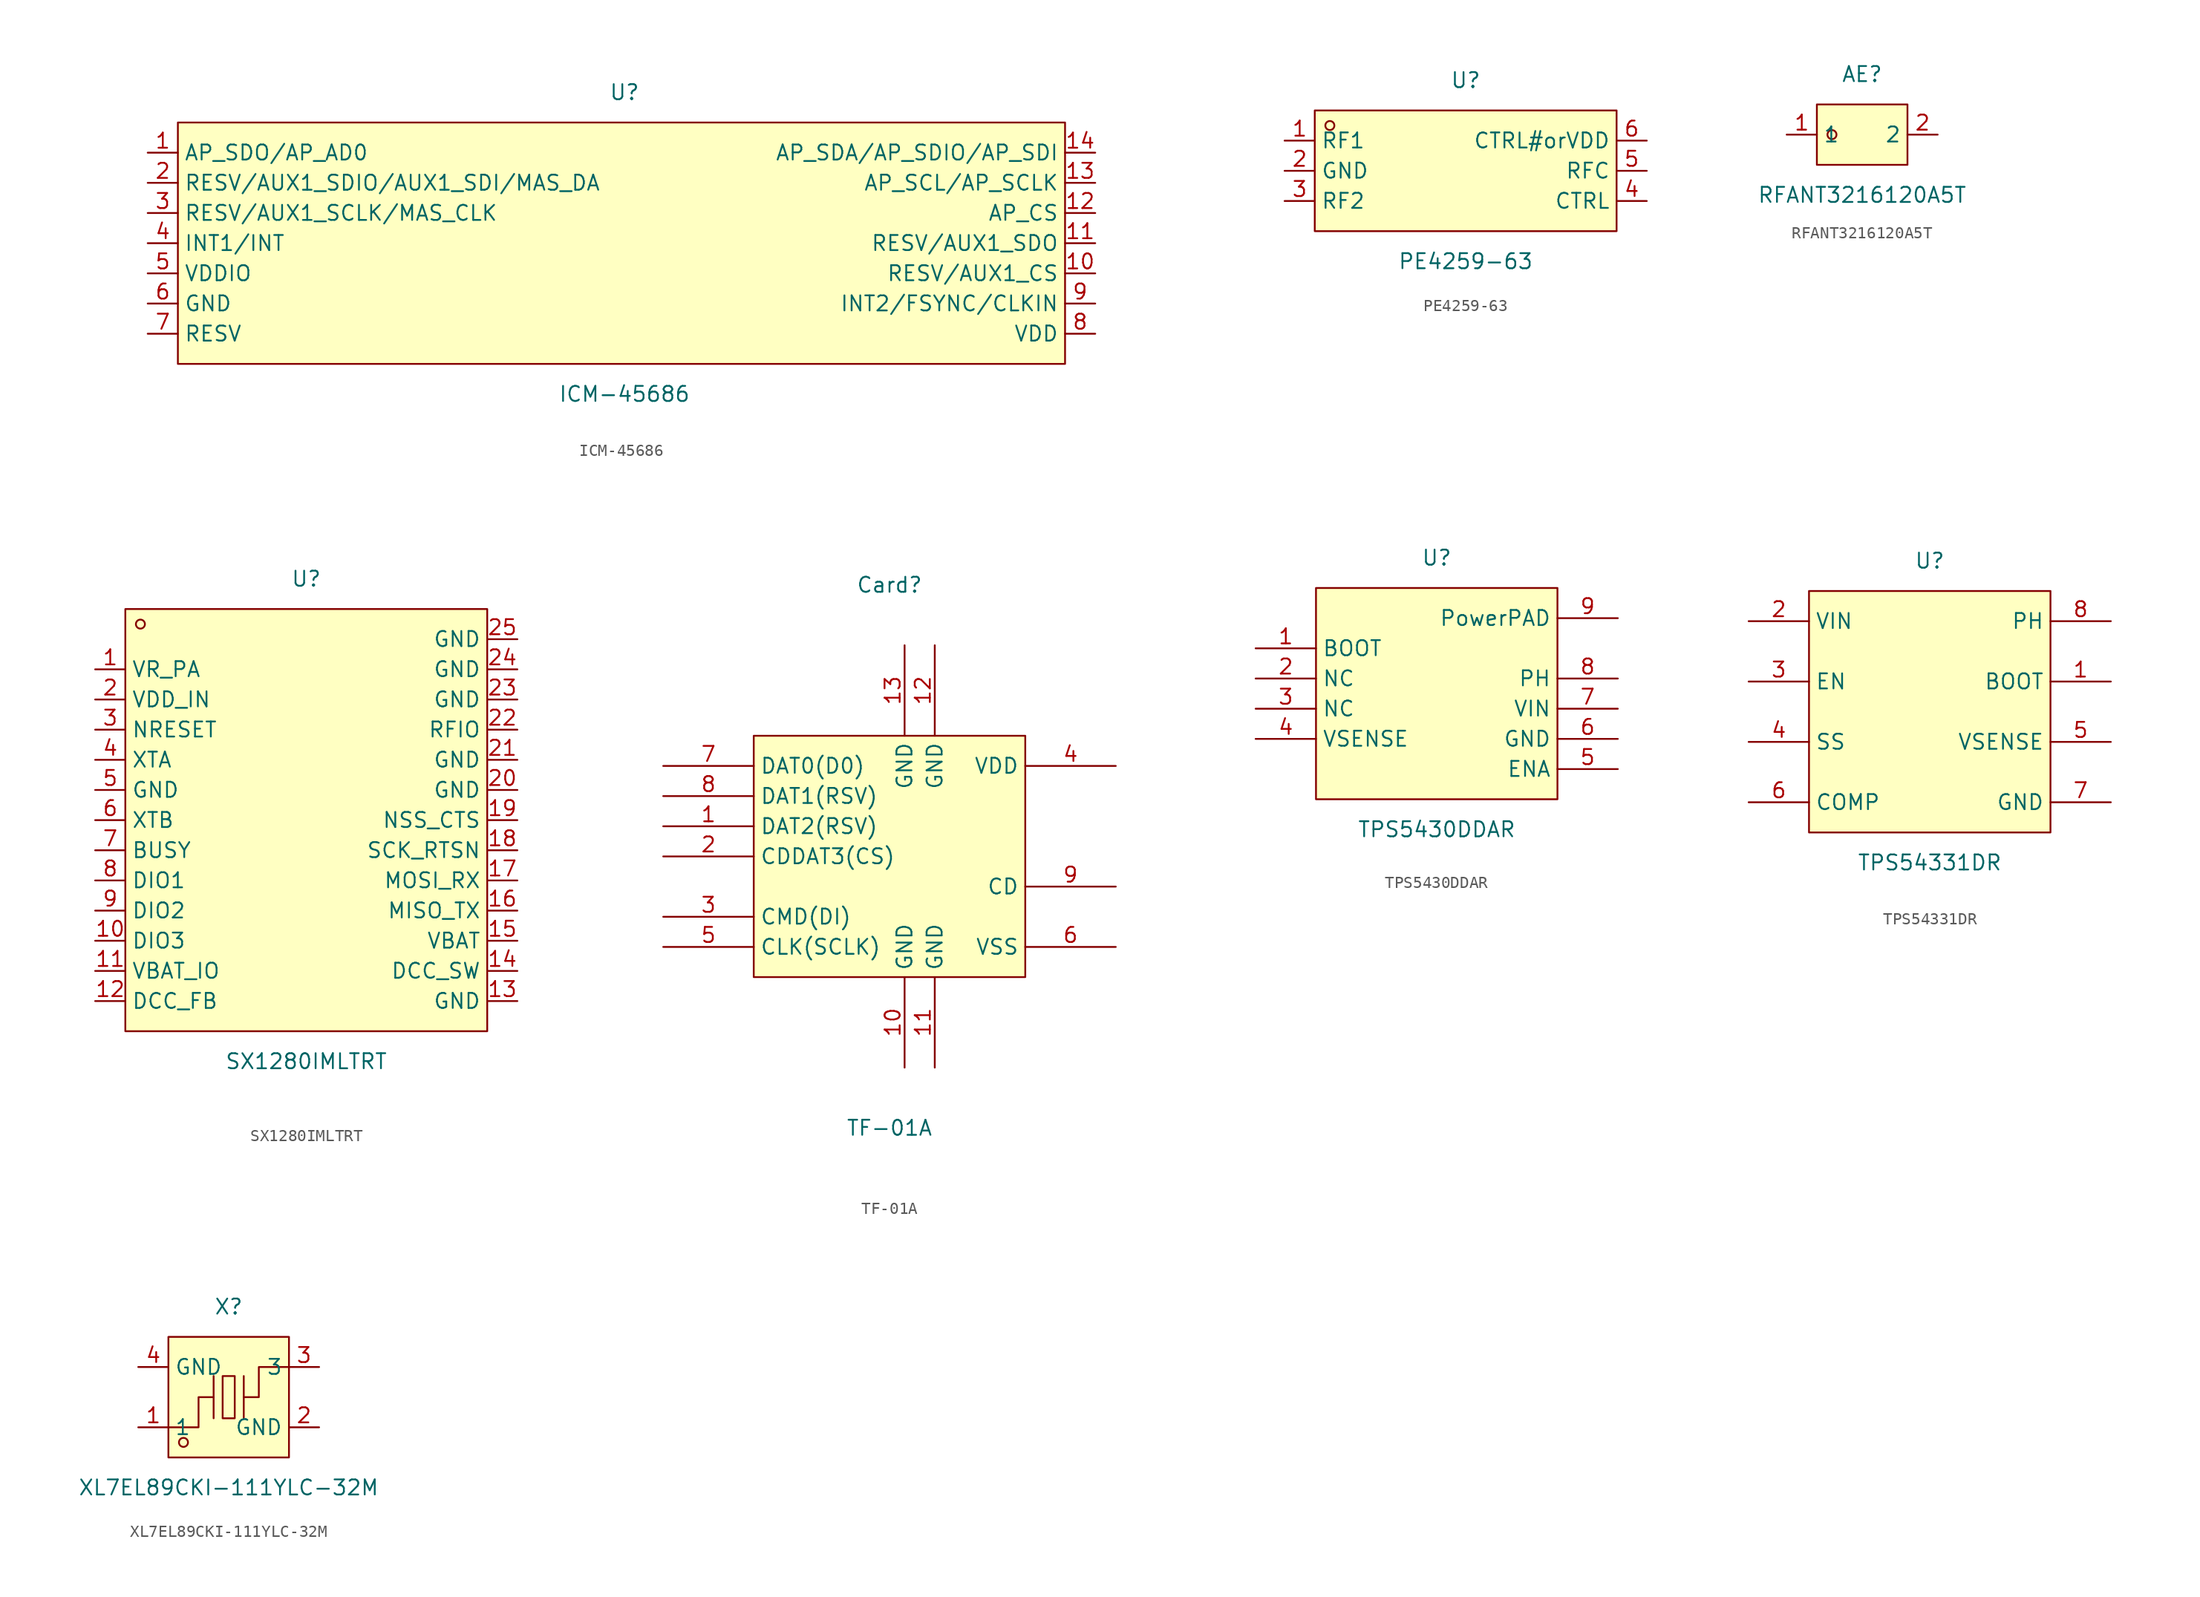
<source format=kicad_sym>
(kicad_symbol_lib
  (version 20241209)
  (generator "kicad_symbol_editor")
  (generator_version "9.0")
  (symbol "ICM-45686"
    (property "Reference" "U"
      (at 0 12.7 0)
      (effects (font (size 1.27 1.27))))
    (property "Value" "ICM-45686"
      (at 0 -12.7 0)
      (effects (font (size 1.27 1.27))))
    (symbol "ICM-45686_0_1"
      (rectangle (start -37.592 10.16) (end 37.084 -10.16) (stroke (width 0) (type default)) (fill (type background)))
      (pin unspecified line (at -40.132 7.62 0) (length 2.54) (name "AP_SDO/AP_AD0" (effects (font (size 1.27 1.27)))) (number "1" (effects (font (size 1.27 1.27)))))
      (pin unspecified line (at -40.132 5.08 0) (length 2.54) (name "RESV/AUX1_SDIO/AUX1_SDI/MAS_DA" (effects (font (size 1.27 1.27)))) (number "2" (effects (font (size 1.27 1.27)))))
      (pin unspecified line (at -40.132 2.54 0) (length 2.54) (name "RESV/AUX1_SCLK/MAS_CLK" (effects (font (size 1.27 1.27)))) (number "3" (effects (font (size 1.27 1.27)))))
      (pin unspecified line (at -40.132 0 0) (length 2.54) (name "INT1/INT" (effects (font (size 1.27 1.27)))) (number "4" (effects (font (size 1.27 1.27)))))
      (pin unspecified line (at -40.132 -2.54 0) (length 2.54) (name "VDDIO" (effects (font (size 1.27 1.27)))) (number "5" (effects (font (size 1.27 1.27)))))
      (pin unspecified line (at -40.132 -5.08 0) (length 2.54) (name "GND" (effects (font (size 1.27 1.27)))) (number "6" (effects (font (size 1.27 1.27)))))
      (pin unspecified line (at -40.132 -7.62 0) (length 2.54) (name "RESV" (effects (font (size 1.27 1.27)))) (number "7" (effects (font (size 1.27 1.27)))))
      (pin unspecified line (at 39.624 7.62 180) (length 2.54) (name "AP_SDA/AP_SDIO/AP_SDI" (effects (font (size 1.27 1.27)))) (number "14" (effects (font (size 1.27 1.27)))))
      (pin unspecified line (at 39.624 5.08 180) (length 2.54) (name "AP_SCL/AP_SCLK" (effects (font (size 1.27 1.27)))) (number "13" (effects (font (size 1.27 1.27)))))
      (pin unspecified line (at 39.624 2.54 180) (length 2.54) (name "AP_CS" (effects (font (size 1.27 1.27)))) (number "12" (effects (font (size 1.27 1.27)))))
      (pin unspecified line (at 39.624 0 180) (length 2.54) (name "RESV/AUX1_SDO" (effects (font (size 1.27 1.27)))) (number "11" (effects (font (size 1.27 1.27)))))
      (pin unspecified line (at 39.624 -2.54 180) (length 2.54) (name "RESV/AUX1_CS" (effects (font (size 1.27 1.27)))) (number "10" (effects (font (size 1.27 1.27)))))
      (pin unspecified line (at 39.624 -5.08 180) (length 2.54) (name "INT2/FSYNC/CLKIN" (effects (font (size 1.27 1.27)))) (number "9" (effects (font (size 1.27 1.27)))))
      (pin unspecified line (at 39.624 -7.62 180) (length 2.54) (name "VDD" (effects (font (size 1.27 1.27)))) (number "8" (effects (font (size 1.27 1.27)))))))
  (symbol "PE4259-63"
    (property "Reference" "U"
      (at 0 7.62 0)
      (effects (font (size 1.27 1.27))))
    (property "Value" "PE4259-63"
      (at 0 -7.62 0)
      (effects (font (size 1.27 1.27))))
    (symbol "PE4259-63_0_1"
      (rectangle (start -12.7 5.08) (end 12.7 -5.08) (stroke (width 0) (type default)) (fill (type background)))
      (circle (center -11.43 3.81) (radius 0.38) (stroke (width 0) (type default)) (fill (type none)))
      (pin unspecified line (at -15.24 2.54 0) (length 2.54) (name "RF1" (effects (font (size 1.27 1.27)))) (number "1" (effects (font (size 1.27 1.27)))))
      (pin unspecified line (at -15.24 0 0) (length 2.54) (name "GND" (effects (font (size 1.27 1.27)))) (number "2" (effects (font (size 1.27 1.27)))))
      (pin unspecified line (at -15.24 -2.54 0) (length 2.54) (name "RF2" (effects (font (size 1.27 1.27)))) (number "3" (effects (font (size 1.27 1.27)))))
      (pin unspecified line (at 15.24 2.54 180) (length 2.54) (name "CTRL#orVDD" (effects (font (size 1.27 1.27)))) (number "6" (effects (font (size 1.27 1.27)))))
      (pin unspecified line (at 15.24 0 180) (length 2.54) (name "RFC" (effects (font (size 1.27 1.27)))) (number "5" (effects (font (size 1.27 1.27)))))
      (pin unspecified line (at 15.24 -2.54 180) (length 2.54) (name "CTRL" (effects (font (size 1.27 1.27)))) (number "4" (effects (font (size 1.27 1.27)))))))
  (symbol "RFANT3216120A5T"
    (property "Reference" "AE"
      (at 0 5.08 0)
      (effects (font (size 1.27 1.27))))
    (property "Value" "RFANT3216120A5T"
      (at 0 -5.08 0)
      (effects (font (size 1.27 1.27))))
    (symbol "RFANT3216120A5T_0_1"
      (rectangle (start -3.81 2.54) (end 3.81 -2.54) (stroke (width 0) (type default)) (fill (type background)))
      (circle (center -2.54 0) (radius 0.38) (stroke (width 0) (type default)) (fill (type none)))
      (pin unspecified line (at -6.35 0 0) (length 2.54) (name "1" (effects (font (size 1.27 1.27)))) (number "1" (effects (font (size 1.27 1.27)))))
      (pin unspecified line (at 6.35 0 180) (length 2.54) (name "2" (effects (font (size 1.27 1.27)))) (number "2" (effects (font (size 1.27 1.27)))))))
  (symbol "SX1280IMLTRT"
    (property "Reference" "U"
      (at 0 20.32 0)
      (effects (font (size 1.27 1.27))))
    (property "Value" "SX1280IMLTRT"
      (at 0 -20.32 0)
      (effects (font (size 1.27 1.27))))
    (symbol "SX1280IMLTRT_0_1"
      (rectangle (start -15.24 17.78) (end 15.24 -17.78) (stroke (width 0) (type default) (color 0 0 0 0)) (fill (type background)))
      (circle (center -13.97 16.51) (radius 0.38) (stroke (width 0) (type default) (color 0 0 0 0)) (fill (type none)))
      (pin unspecified line (at -17.78 12.70 0) (length 2.54) (name "VR_PA" (effects (font (size 1.27 1.27)))) (number "1" (effects (font (size 1.27 1.27)))))
      (pin unspecified line (at -17.78 10.16 0) (length 2.54) (name "VDD_IN" (effects (font (size 1.27 1.27)))) (number "2" (effects (font (size 1.27 1.27)))))
      (pin unspecified line (at -17.78 7.62 0) (length 2.54) (name "NRESET" (effects (font (size 1.27 1.27)))) (number "3" (effects (font (size 1.27 1.27)))))
      (pin unspecified line (at -17.78 5.08 0) (length 2.54) (name "XTA" (effects (font (size 1.27 1.27)))) (number "4" (effects (font (size 1.27 1.27)))))
      (pin unspecified line (at -17.78 2.54 0) (length 2.54) (name "GND" (effects (font (size 1.27 1.27)))) (number "5" (effects (font (size 1.27 1.27)))))
      (pin unspecified line (at -17.78 -0.00 0) (length 2.54) (name "XTB" (effects (font (size 1.27 1.27)))) (number "6" (effects (font (size 1.27 1.27)))))
      (pin unspecified line (at -17.78 -2.54 0) (length 2.54) (name "BUSY" (effects (font (size 1.27 1.27)))) (number "7" (effects (font (size 1.27 1.27)))))
      (pin unspecified line (at -17.78 -5.08 0) (length 2.54) (name "DIO1" (effects (font (size 1.27 1.27)))) (number "8" (effects (font (size 1.27 1.27)))))
      (pin unspecified line (at -17.78 -7.62 0) (length 2.54) (name "DIO2" (effects (font (size 1.27 1.27)))) (number "9" (effects (font (size 1.27 1.27)))))
      (pin unspecified line (at -17.78 -10.16 0) (length 2.54) (name "DIO3" (effects (font (size 1.27 1.27)))) (number "10" (effects (font (size 1.27 1.27)))))
      (pin unspecified line (at -17.78 -12.70 0) (length 2.54) (name "VBAT_IO" (effects (font (size 1.27 1.27)))) (number "11" (effects (font (size 1.27 1.27)))))
      (pin unspecified line (at -17.78 -15.24 0) (length 2.54) (name "DCC_FB" (effects (font (size 1.27 1.27)))) (number "12" (effects (font (size 1.27 1.27)))))
      (pin unspecified line (at 17.78 -15.24 180) (length 2.54) (name "GND" (effects (font (size 1.27 1.27)))) (number "13" (effects (font (size 1.27 1.27)))))
      (pin unspecified line (at 17.78 -12.70 180) (length 2.54) (name "DCC_SW" (effects (font (size 1.27 1.27)))) (number "14" (effects (font (size 1.27 1.27)))))
      (pin unspecified line (at 17.78 -10.16 180) (length 2.54) (name "VBAT" (effects (font (size 1.27 1.27)))) (number "15" (effects (font (size 1.27 1.27)))))
      (pin unspecified line (at 17.78 -7.62 180) (length 2.54) (name "MISO_TX" (effects (font (size 1.27 1.27)))) (number "16" (effects (font (size 1.27 1.27)))))
      (pin unspecified line (at 17.78 -5.08 180) (length 2.54) (name "MOSI_RX" (effects (font (size 1.27 1.27)))) (number "17" (effects (font (size 1.27 1.27)))))
      (pin unspecified line (at 17.78 -2.54 180) (length 2.54) (name "SCK_RTSN" (effects (font (size 1.27 1.27)))) (number "18" (effects (font (size 1.27 1.27)))))
      (pin unspecified line (at 17.78 -0.00 180) (length 2.54) (name "NSS_CTS" (effects (font (size 1.27 1.27)))) (number "19" (effects (font (size 1.27 1.27)))))
      (pin unspecified line (at 17.78 2.54 180) (length 2.54) (name "GND" (effects (font (size 1.27 1.27)))) (number "20" (effects (font (size 1.27 1.27)))))
      (pin unspecified line (at 17.78 5.08 180) (length 2.54) (name "GND" (effects (font (size 1.27 1.27)))) (number "21" (effects (font (size 1.27 1.27)))))
      (pin unspecified line (at 17.78 7.62 180) (length 2.54) (name "RFIO" (effects (font (size 1.27 1.27)))) (number "22" (effects (font (size 1.27 1.27)))))
      (pin unspecified line (at 17.78 10.16 180) (length 2.54) (name "GND" (effects (font (size 1.27 1.27)))) (number "23" (effects (font (size 1.27 1.27)))))
      (pin unspecified line (at 17.78 12.70 180) (length 2.54) (name "GND" (effects (font (size 1.27 1.27)))) (number "24" (effects (font (size 1.27 1.27)))))
      (pin unspecified line (at 17.78 15.24 180) (length 2.54) (name "GND" (effects (font (size 1.27 1.27)))) (number "25" (effects (font (size 1.27 1.27)))))))
  (symbol "TF-01A"
    (property "Reference" "Card"
      (at 0 22.86 0)
      (effects (font (size 1.27 1.27))))
    (property "Value" "TF-01A"
      (at 0 -22.86 0)
      (effects (font (size 1.27 1.27))))
    (symbol "TF-01A_0_1"
      (rectangle (start -11.43 10.16) (end 11.43 -10.16) (stroke (width 0) (type default)) (fill (type background)))
      (pin bidirectional line (at -19.05 7.62 0) (length 7.62) (name "DAT0(D0)" (effects (font (size 1.27 1.27)))) (number "7" (effects (font (size 1.27 1.27)))))
      (pin bidirectional line (at -19.05 5.08 0) (length 7.62) (name "DAT1(RSV)" (effects (font (size 1.27 1.27)))) (number "8" (effects (font (size 1.27 1.27)))))
      (pin bidirectional line (at -19.05 2.54 0) (length 7.62) (name "DAT2(RSV)" (effects (font (size 1.27 1.27)))) (number "1" (effects (font (size 1.27 1.27)))))
      (pin bidirectional line (at -19.05 0 0) (length 7.62) (name "CDDAT3(CS)" (effects (font (size 1.27 1.27)))) (number "2" (effects (font (size 1.27 1.27)))))
      (pin input line (at -19.05 -5.08 0) (length 7.62) (name "CMD(DI)" (effects (font (size 1.27 1.27)))) (number "3" (effects (font (size 1.27 1.27)))))
      (pin input line (at -19.05 -7.62 0) (length 7.62) (name "CLK(SCLK)" (effects (font (size 1.27 1.27)))) (number "5" (effects (font (size 1.27 1.27)))))
      (pin input line (at 1.27 17.78 270) (length 7.62) (name "GND" (effects (font (size 1.27 1.27)))) (number "13" (effects (font (size 1.27 1.27)))))
      (pin input line (at 1.27 -17.78 90) (length 7.62) (name "GND" (effects (font (size 1.27 1.27)))) (number "10" (effects (font (size 1.27 1.27)))))
      (pin input line (at 3.81 17.78 270) (length 7.62) (name "GND" (effects (font (size 1.27 1.27)))) (number "12" (effects (font (size 1.27 1.27)))))
      (pin input line (at 3.81 -17.78 90) (length 7.62) (name "GND" (effects (font (size 1.27 1.27)))) (number "11" (effects (font (size 1.27 1.27)))))
      (pin input line (at 19.05 7.62 180) (length 7.62) (name "VDD" (effects (font (size 1.27 1.27)))) (number "4" (effects (font (size 1.27 1.27)))))
      (pin input line (at 19.05 -2.54 180) (length 7.62) (name "CD" (effects (font (size 1.27 1.27)))) (number "9" (effects (font (size 1.27 1.27)))))
      (pin input line (at 19.05 -7.62 180) (length 7.62) (name "VSS" (effects (font (size 1.27 1.27)))) (number "6" (effects (font (size 1.27 1.27)))))))
  (symbol "TPS5430DDAR"
    (property "Reference" "U"
      (at 0 11.43 0)
      (effects (font (size 1.27 1.27))))
    (property "Value" "TPS5430DDAR"
      (at 0 -11.43 0)
      (effects (font (size 1.27 1.27))))
    (symbol "TPS5430DDAR_0_1"
      (rectangle (start -10.16 8.89) (end 10.16 -8.89) (stroke (width 0) (type default)) (fill (type background)))
      (pin unspecified line (at -15.24 3.81 0) (length 5.08) (name "BOOT" (effects (font (size 1.27 1.27)))) (number "1" (effects (font (size 1.27 1.27)))))
      (pin unspecified line (at -15.24 1.27 0) (length 5.08) (name "NC" (effects (font (size 1.27 1.27)))) (number "2" (effects (font (size 1.27 1.27)))))
      (pin unspecified line (at -15.24 -1.27 0) (length 5.08) (name "NC" (effects (font (size 1.27 1.27)))) (number "3" (effects (font (size 1.27 1.27)))))
      (pin unspecified line (at -15.24 -3.81 0) (length 5.08) (name "VSENSE" (effects (font (size 1.27 1.27)))) (number "4" (effects (font (size 1.27 1.27)))))
      (pin unspecified line (at 15.24 6.35 180) (length 5.08) (name "PowerPAD" (effects (font (size 1.27 1.27)))) (number "9" (effects (font (size 1.27 1.27)))))
      (pin unspecified line (at 15.24 1.27 180) (length 5.08) (name "PH" (effects (font (size 1.27 1.27)))) (number "8" (effects (font (size 1.27 1.27)))))
      (pin unspecified line (at 15.24 -1.27 180) (length 5.08) (name "VIN" (effects (font (size 1.27 1.27)))) (number "7" (effects (font (size 1.27 1.27)))))
      (pin unspecified line (at 15.24 -3.81 180) (length 5.08) (name "GND" (effects (font (size 1.27 1.27)))) (number "6" (effects (font (size 1.27 1.27)))))
      (pin unspecified line (at 15.24 -6.35 180) (length 5.08) (name "ENA" (effects (font (size 1.27 1.27)))) (number "5" (effects (font (size 1.27 1.27)))))))
  (symbol "TPS54331DR"
    (property "Reference" "U"
      (at 0 12.7 0)
      (effects (font (size 1.27 1.27))))
    (property "Value" "TPS54331DR"
      (at 0 -12.7 0)
      (effects (font (size 1.27 1.27))))
    (symbol "TPS54331DR_0_1"
      (rectangle (start -10.16 10.16) (end 10.16 -10.16) (stroke (width 0) (type default)) (fill (type background)))
      (pin power_in line (at -15.24 7.62 0) (length 5.08) (name "VIN" (effects (font (size 1.27 1.27)))) (number "2" (effects (font (size 1.27 1.27)))))
      (pin unspecified line (at -15.24 2.54 0) (length 5.08) (name "EN" (effects (font (size 1.27 1.27)))) (number "3" (effects (font (size 1.27 1.27)))))
      (pin unspecified line (at -15.24 -2.54 0) (length 5.08) (name "SS" (effects (font (size 1.27 1.27)))) (number "4" (effects (font (size 1.27 1.27)))))
      (pin unspecified line (at -15.24 -7.62 0) (length 5.08) (name "COMP" (effects (font (size 1.27 1.27)))) (number "6" (effects (font (size 1.27 1.27)))))
      (pin power_in line (at 15.24 7.62 180) (length 5.08) (name "PH" (effects (font (size 1.27 1.27)))) (number "8" (effects (font (size 1.27 1.27)))))
      (pin unspecified line (at 15.24 2.54 180) (length 5.08) (name "BOOT" (effects (font (size 1.27 1.27)))) (number "1" (effects (font (size 1.27 1.27)))))
      (pin unspecified line (at 15.24 -2.54 180) (length 5.08) (name "VSENSE" (effects (font (size 1.27 1.27)))) (number "5" (effects (font (size 1.27 1.27)))))
      (pin power_in line (at 15.24 -7.62 180) (length 5.08) (name "GND" (effects (font (size 1.27 1.27)))) (number "7" (effects (font (size 1.27 1.27)))))))
  (symbol "XL7EL89CKI-111YLC-32M"
    (property "Reference" "X"
      (at 0 7.62 0)
      (effects (font (size 1.27 1.27))))
    (property "Value" "XL7EL89CKI-111YLC-32M"
      (at 0 -7.62 0)
      (effects (font (size 1.27 1.27))))
    (symbol "XL7EL89CKI-111YLC-32M_0_1"
      (rectangle (start -5.08 5.08) (end 5.08 -5.08) (stroke (width 0) (type default)) (fill (type background)))
      (polyline (pts (xy -5.08 -2.54) (xy -2.54 -2.54) (xy -2.54 0) (xy -1.27 0)) (stroke (width 0) (type default)) (fill (type none)))
      (circle (center -3.81 -3.81) (radius 0.38) (stroke (width 0) (type default)) (fill (type none)))
      (polyline (pts (xy -1.27 -1.78) (xy -1.27 1.78)) (stroke (width 0) (type default)) (fill (type none)))
      (rectangle (start -0.51 1.78) (end 0.51 -1.78) (stroke (width 0) (type default)) (fill (type background)))
      (polyline (pts (xy 1.27 -1.78) (xy 1.27 1.78)) (stroke (width 0) (type default)) (fill (type none)))
      (polyline (pts (xy 5.08 2.54) (xy 2.54 2.54) (xy 2.54 0) (xy 1.27 0)) (stroke (width 0) (type default)) (fill (type none)))
      (pin input line (at -7.62 2.54 0) (length 2.54) (name "GND" (effects (font (size 1.27 1.27)))) (number "4" (effects (font (size 1.27 1.27)))))
      (pin input line (at -7.62 -2.54 0) (length 2.54) (name "1" (effects (font (size 1.27 1.27)))) (number "1" (effects (font (size 1.27 1.27)))))
      (pin input line (at 7.62 2.54 180) (length 2.54) (name "3" (effects (font (size 1.27 1.27)))) (number "3" (effects (font (size 1.27 1.27)))))
      (pin input line (at 7.62 -2.54 180) (length 2.54) (name "GND" (effects (font (size 1.27 1.27)))) (number "2" (effects (font (size 1.27 1.27))))))))
</source>
